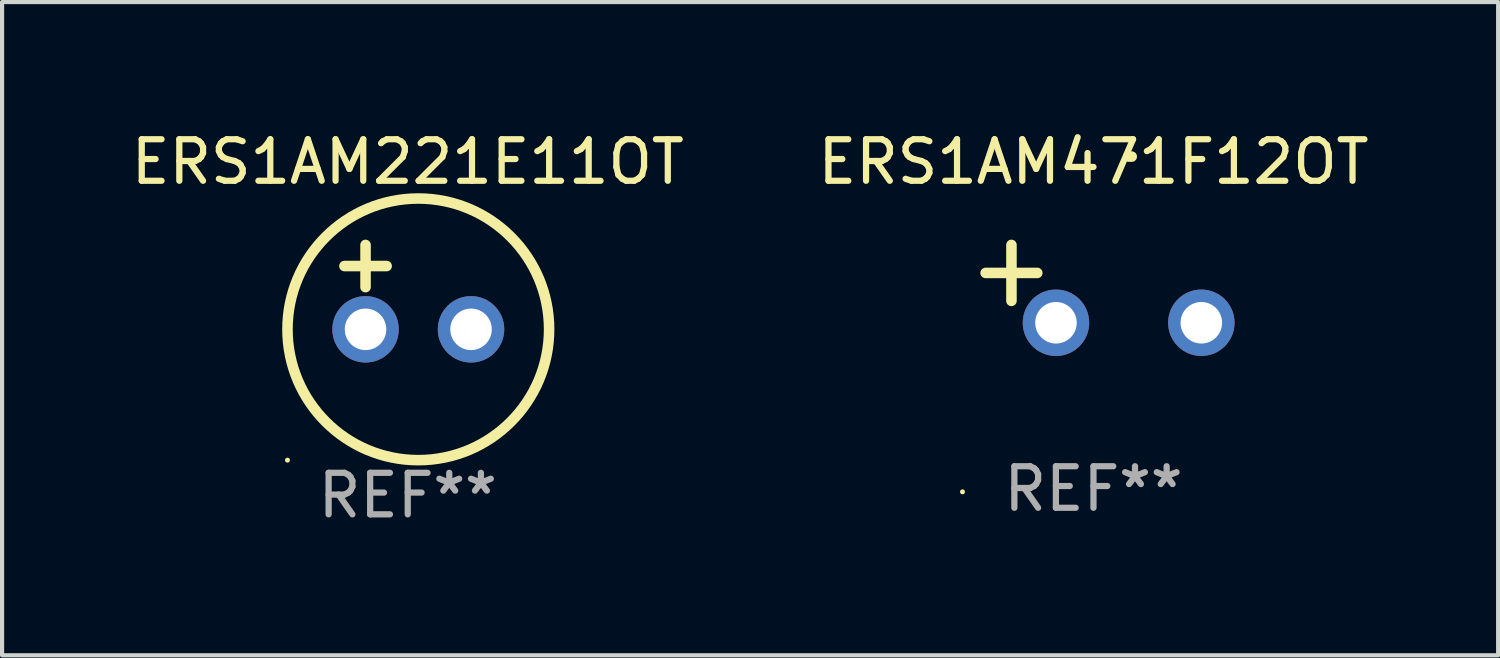
<source format=kicad_pcb>
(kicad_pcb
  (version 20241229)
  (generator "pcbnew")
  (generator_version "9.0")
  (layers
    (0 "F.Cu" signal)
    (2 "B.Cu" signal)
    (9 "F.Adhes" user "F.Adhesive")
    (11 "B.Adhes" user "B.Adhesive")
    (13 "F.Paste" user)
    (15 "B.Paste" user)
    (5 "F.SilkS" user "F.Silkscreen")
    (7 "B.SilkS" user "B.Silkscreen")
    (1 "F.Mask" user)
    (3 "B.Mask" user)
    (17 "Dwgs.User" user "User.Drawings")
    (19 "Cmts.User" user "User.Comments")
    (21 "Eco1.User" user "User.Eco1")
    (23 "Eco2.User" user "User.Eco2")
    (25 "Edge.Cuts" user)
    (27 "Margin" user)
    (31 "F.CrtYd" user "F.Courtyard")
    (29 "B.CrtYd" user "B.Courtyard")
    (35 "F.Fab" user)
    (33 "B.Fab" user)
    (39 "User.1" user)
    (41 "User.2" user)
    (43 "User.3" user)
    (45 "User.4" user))
  (footprint "ERS1AM221E11OT"
    (layer "F.Cu")
    (at 6.768 3.864)
    (property "Reference" "ERS1AM221E11OT" (at 0 -3.016 0) (layer "F.SilkS") (effects (font (size 1 1) (thickness 0.15))))
    (attr through_hole)
    (fp_line (start -1.524 -0.508) (end -0.508 -0.508) (stroke (width 0.254) (type solid)) (layer "F.SilkS"))
    (fp_line (start -1.016 -1.016) (end -1.016 0) (stroke (width 0.254) (type solid)) (layer "F.SilkS"))
    (fp_circle (center -2.896 4.166) (end -2.866 4.166) (stroke (width 0.06) (type solid)) (fill no) (layer "F.SilkS"))
    (fp_circle (center 0.254 1.016) (end 3.404 1.016) (stroke (width 0.254) (type solid)) (fill no) (layer "F.SilkS"))
    (fp_text user "REF**" (at 0 5.016 0) (layer "F.Fab") (effects (font (size 1 1) (thickness 0.15))))
    (pad "1" thru_hole circle (at -1.016 1.016) (size 1.6 1.6) (drill 1) (layers "*.Cu" "*.Mask"))
    (pad "2" thru_hole circle (at 1.524 1.016) (size 1.6 1.6) (drill 1) (layers "*.Cu" "*.Mask")))
  (footprint "ERS1AM471F12OT"
    (layer "F.Cu")
    (at 23.28 3.785)
    (property "Reference" "ERS1AM471F12OT" (at 0 -2.937 0) (layer "F.SilkS") (effects (font (size 1 1) (thickness 0.15))))
    (attr through_hole)
    (fp_line (start -1.975 0.41) (end -1.975 -0.937) (stroke (width 0.254) (type solid)) (layer "F.SilkS"))
    (fp_line (start -1.353 -0.263) (end -2.597 -0.263) (stroke (width 0.254) (type solid)) (layer "F.SilkS"))
    (fp_arc (start 0.849809 -3.063957) (mid 0.885369 -3.064114) (end 0.920929 -3.063957) (stroke (width 0.254001) (type solid)) (layer "F.SilkS"))
    (fp_circle (center -3.154 5.008) (end -3.124 5.008) (stroke (width 0.06) (type solid)) (fill no) (layer "F.SilkS"))
    (fp_text user "REF**" (at 0 4.937 0) (layer "F.Fab") (effects (font (size 1 1) (thickness 0.15))))
    (pad "1" thru_hole circle (at -0.903 0.937) (size 1.6 1.6) (drill 1) (layers "*.Cu" "*.Mask"))
    (pad "2" thru_hole circle (at 2.597 0.937) (size 1.6 1.6) (drill 1) (layers "*.Cu" "*.Mask")))
  (gr_rect
    (start -3 -3)
    (end 33.024 12.729)
    (stroke (width 0.1) (type default))
    (fill no)
    (layer "Edge.Cuts")))
</source>
